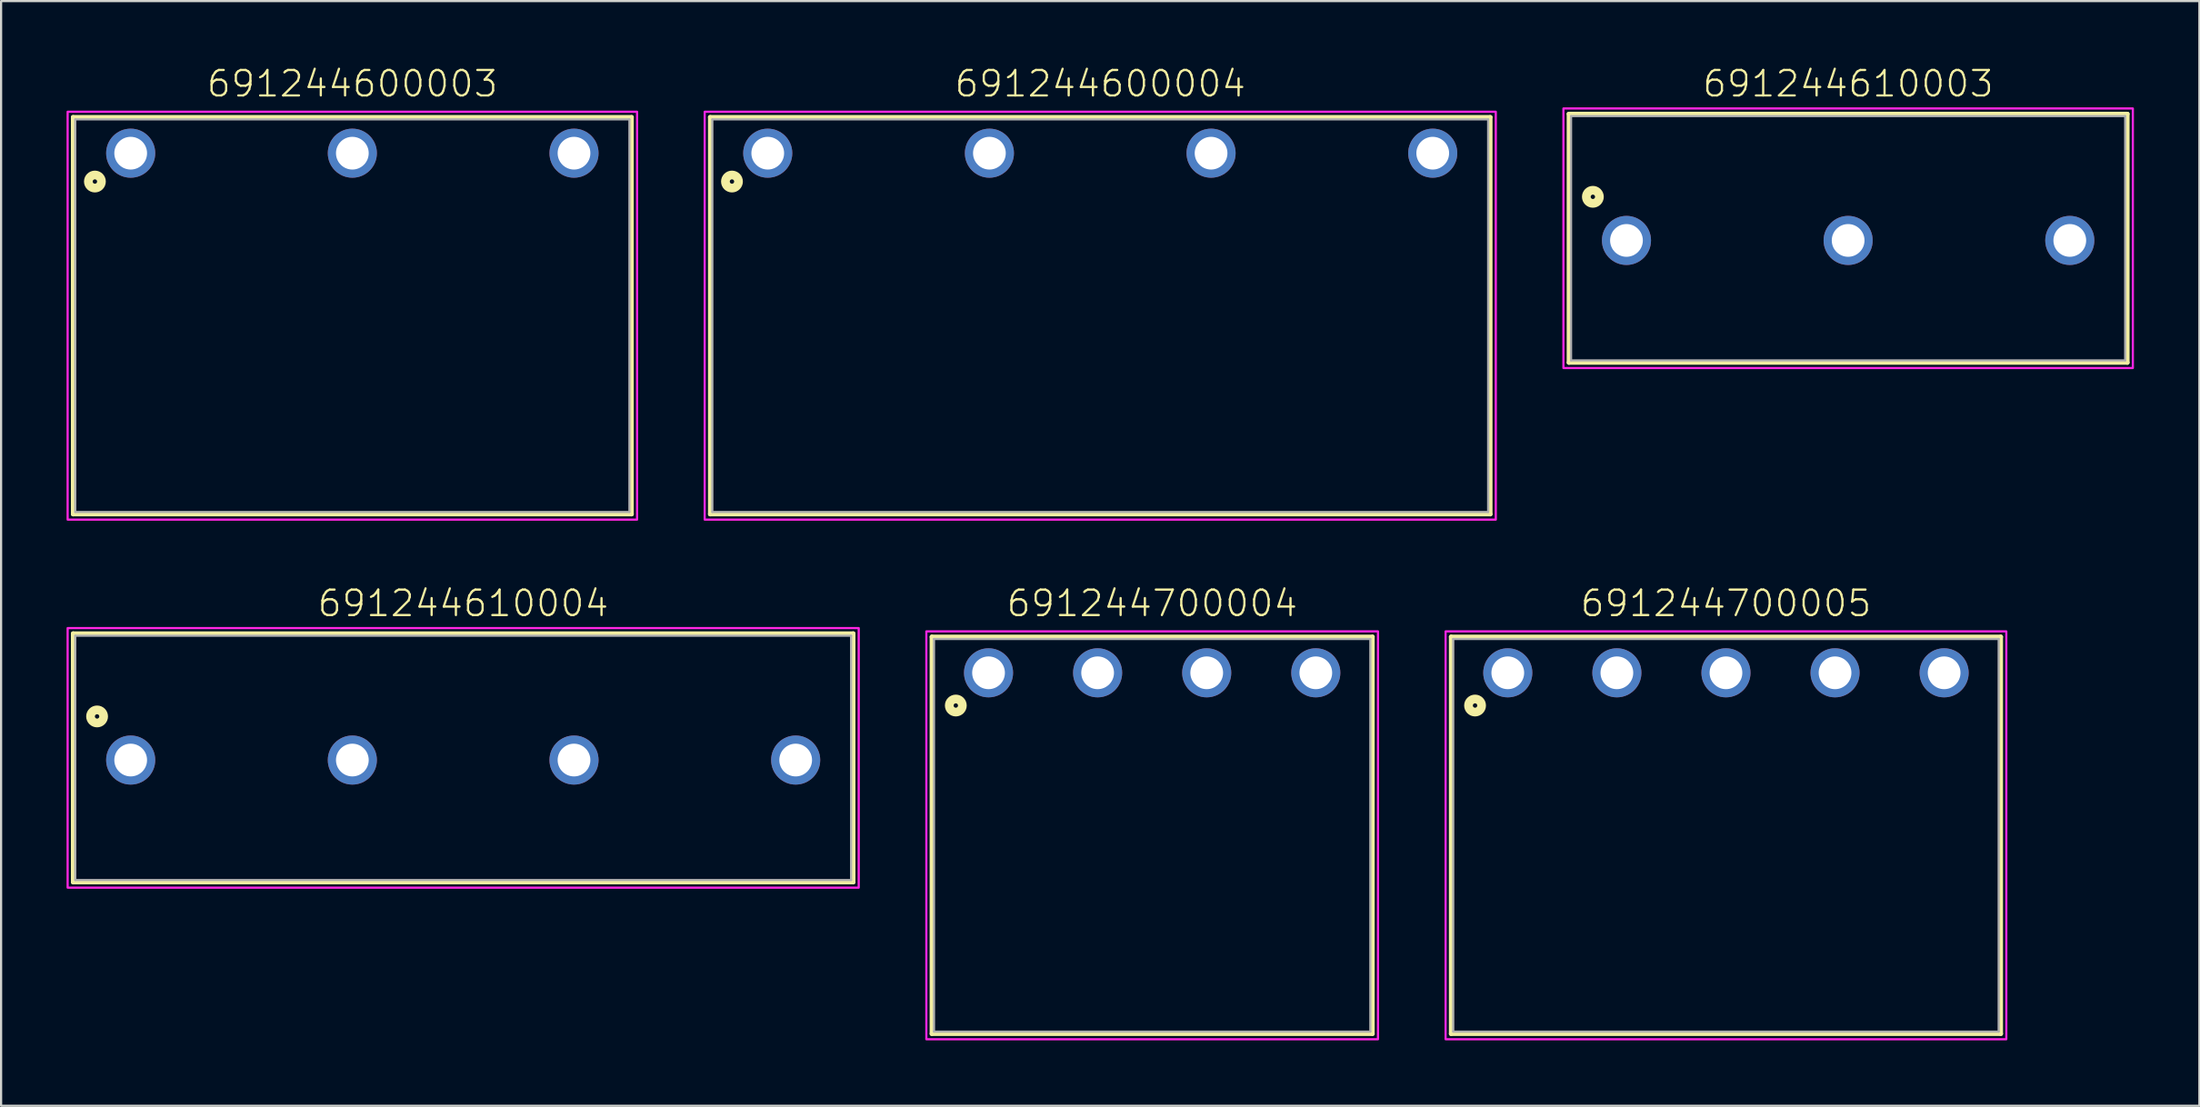
<source format=kicad_pcb>
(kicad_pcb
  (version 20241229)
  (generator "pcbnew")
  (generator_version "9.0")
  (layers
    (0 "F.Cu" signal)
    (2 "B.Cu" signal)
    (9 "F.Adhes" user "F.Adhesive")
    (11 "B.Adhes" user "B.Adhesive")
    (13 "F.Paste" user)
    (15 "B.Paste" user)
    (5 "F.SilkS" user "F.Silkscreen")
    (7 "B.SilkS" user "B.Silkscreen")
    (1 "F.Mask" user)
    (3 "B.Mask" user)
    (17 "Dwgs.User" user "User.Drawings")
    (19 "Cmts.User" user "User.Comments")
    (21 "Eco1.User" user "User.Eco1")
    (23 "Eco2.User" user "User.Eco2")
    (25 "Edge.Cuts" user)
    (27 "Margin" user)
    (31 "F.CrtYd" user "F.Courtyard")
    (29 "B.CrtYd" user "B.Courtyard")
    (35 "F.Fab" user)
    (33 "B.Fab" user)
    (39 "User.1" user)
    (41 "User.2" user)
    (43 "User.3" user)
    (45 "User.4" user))
  (footprint "691244600004"
    (layer "F.Cu")
    (at 47.38 3.973)
    (property "Reference" "691244600004" (at 0 -2.5 0) (unlocked yes) (layer "F.SilkS") (effects (font (size 1.168 1.168) (thickness 0.102)) (justify bottom)))
    (fp_line (start -17.88 -1.65) (end 17.88 -1.65) (stroke (width 0.2) (type solid)) (layer "F.SilkS"))
    (fp_line (start -17.88 16.55) (end -17.88 -1.65) (stroke (width 0.2) (type solid)) (layer "F.SilkS"))
    (fp_line (start 17.88 -1.65) (end 17.88 16.55) (stroke (width 0.2) (type solid)) (layer "F.SilkS"))
    (fp_line (start 17.88 16.55) (end -17.88 16.55) (stroke (width 0.2) (type solid)) (layer "F.SilkS"))
    (fp_circle (center -16.88 1.3) (end -16.78 1.3) (stroke (width 0.4) (type solid)) (fill no) (layer "F.SilkS"))
    (fp_poly (pts (xy 18.13 16.8) (xy -18.13 16.8) (xy -18.13 -1.9) (xy 18.13 -1.9)) (stroke (width 0.1) (type default)) (fill no) (layer "F.CrtYd"))
    (fp_line (start -17.78 16.45) (end -17.78 -1.55) (stroke (width 0.1) (type solid)) (layer "F.Fab"))
    (fp_line (start 17.78 -1.55) (end -17.78 -1.55) (stroke (width 0.1) (type solid)) (layer "F.Fab"))
    (fp_line (start 17.78 16.45) (end -17.78 16.45) (stroke (width 0.1) (type solid)) (layer "F.Fab"))
    (fp_line (start 17.78 16.45) (end 17.78 -1.55) (stroke (width 0.1) (type solid)) (layer "F.Fab"))
    (pad "1" thru_hole circle (at -5.08 0 180) (size 2.25 2.25) (drill 1.5) (layers "*.Cu" "*.Mask"))
    (pad "2" thru_hole circle (at 5.08 0 180) (size 2.25 2.25) (drill 1.5) (layers "*.Cu" "*.Mask"))
    (pad "3" thru_hole circle (at 15.24 0 180) (size 2.25 2.25) (drill 1.5) (layers "*.Cu" "*.Mask"))
    (pad "4" thru_hole circle (at -15.24 0 180) (size 2.25 2.25) (drill 1.5) (layers "*.Cu" "*.Mask")))
  (footprint "691244610004"
    (layer "F.Cu")
    (at 18.18 31.796)
    (property "Reference" "691244610004" (at 0 -6.5 0) (unlocked yes) (layer "F.SilkS") (effects (font (size 1.168 1.168) (thickness 0.102)) (justify bottom)))
    (fp_line (start -17.88 -5.8) (end 17.88 -5.8) (stroke (width 0.2) (type solid)) (layer "F.SilkS"))
    (fp_line (start -17.88 5.6) (end -17.88 -5.8) (stroke (width 0.2) (type solid)) (layer "F.SilkS"))
    (fp_line (start 17.88 -5.8) (end 17.88 5.6) (stroke (width 0.2) (type solid)) (layer "F.SilkS"))
    (fp_line (start 17.88 5.6) (end -17.88 5.6) (stroke (width 0.2) (type solid)) (layer "F.SilkS"))
    (fp_circle (center -16.78 -2) (end -16.68 -2) (stroke (width 0.4) (type solid)) (fill no) (layer "F.SilkS"))
    (fp_poly (pts (xy 18.13 5.85) (xy -18.13 5.85) (xy -18.13 -6.05) (xy 18.13 -6.05)) (stroke (width 0.1) (type default)) (fill no) (layer "F.CrtYd"))
    (fp_line (start -17.78 -5.7) (end -17.78 5.5) (stroke (width 0.1) (type solid)) (layer "F.Fab"))
    (fp_line (start -17.78 -5.7) (end 17.78 -5.7) (stroke (width 0.1) (type solid)) (layer "F.Fab"))
    (fp_line (start 17.78 -5.7) (end 17.78 5.5) (stroke (width 0.1) (type solid)) (layer "F.Fab"))
    (fp_line (start 17.78 5.5) (end -17.78 5.5) (stroke (width 0.1) (type solid)) (layer "F.Fab"))
    (pad "1" thru_hole circle (at -15.24 0) (size 2.25 2.25) (drill 1.5) (layers "*.Cu" "*.Mask"))
    (pad "2" thru_hole circle (at -5.08 0) (size 2.25 2.25) (drill 1.5) (layers "*.Cu" "*.Mask"))
    (pad "3" thru_hole circle (at 5.08 0) (size 2.25 2.25) (drill 1.5) (layers "*.Cu" "*.Mask"))
    (pad "4" thru_hole circle (at 15.24 0) (size 2.25 2.25) (drill 1.5) (layers "*.Cu" "*.Mask")))
  (footprint "691244700005"
    (layer "F.Cu")
    (at 76.06 27.796)
    (property "Reference" "691244700005" (at 0 -2.5 0) (unlocked yes) (layer "F.SilkS") (effects (font (size 1.168 1.168) (thickness 0.102)) (justify bottom)))
    (fp_line (start -12.6 -1.65) (end 12.6 -1.65) (stroke (width 0.2) (type solid)) (layer "F.SilkS"))
    (fp_line (start -12.6 16.55) (end -12.6 -1.65) (stroke (width 0.2) (type solid)) (layer "F.SilkS"))
    (fp_line (start 12.6 -1.65) (end 12.6 16.55) (stroke (width 0.2) (type solid)) (layer "F.SilkS"))
    (fp_line (start 12.6 16.55) (end -12.6 16.55) (stroke (width 0.2) (type solid)) (layer "F.SilkS"))
    (fp_circle (center -11.5 1.5) (end -11.4 1.5) (stroke (width 0.4) (type solid)) (fill no) (layer "F.SilkS"))
    (fp_poly (pts (xy 12.85 16.8) (xy -12.85 16.8) (xy -12.85 -1.9) (xy 12.85 -1.9)) (stroke (width 0.1) (type default)) (fill no) (layer "F.CrtYd"))
    (fp_line (start -12.5 16.45) (end -12.5 -1.55) (stroke (width 0.1) (type solid)) (layer "F.Fab"))
    (fp_line (start 12.5 -1.55) (end -12.5 -1.55) (stroke (width 0.1) (type solid)) (layer "F.Fab"))
    (fp_line (start 12.5 16.45) (end -12.5 16.45) (stroke (width 0.1) (type solid)) (layer "F.Fab"))
    (fp_line (start 12.5 16.45) (end 12.5 -1.55) (stroke (width 0.1) (type solid)) (layer "F.Fab"))
    (pad "1" thru_hole circle (at -10 0 180) (size 2.25 2.25) (drill 1.5) (layers "*.Cu" "*.Mask"))
    (pad "2" thru_hole circle (at -5 0 180) (size 2.25 2.25) (drill 1.5) (layers "*.Cu" "*.Mask"))
    (pad "3" thru_hole circle (at 0 0 180) (size 2.25 2.25) (drill 1.5) (layers "*.Cu" "*.Mask"))
    (pad "4" thru_hole circle (at 5 0 180) (size 2.25 2.25) (drill 1.5) (layers "*.Cu" "*.Mask"))
    (pad "5" thru_hole circle (at 10 0 180) (size 2.25 2.25) (drill 1.5) (layers "*.Cu" "*.Mask")))
  (footprint "691244700004"
    (layer "F.Cu")
    (at 49.76 27.796)
    (property "Reference" "691244700004" (at 0 -2.5 0) (unlocked yes) (layer "F.SilkS") (effects (font (size 1.168 1.168) (thickness 0.102)) (justify bottom)))
    (fp_line (start -10.1 -1.65) (end 10.1 -1.65) (stroke (width 0.2) (type solid)) (layer "F.SilkS"))
    (fp_line (start -10.1 16.55) (end -10.1 -1.65) (stroke (width 0.2) (type solid)) (layer "F.SilkS"))
    (fp_line (start 10.1 -1.65) (end 10.1 16.55) (stroke (width 0.2) (type solid)) (layer "F.SilkS"))
    (fp_line (start 10.1 16.55) (end -10.1 16.55) (stroke (width 0.2) (type solid)) (layer "F.SilkS"))
    (fp_circle (center -9 1.5) (end -8.9 1.5) (stroke (width 0.4) (type solid)) (fill no) (layer "F.SilkS"))
    (fp_poly (pts (xy 10.35 16.8) (xy -10.35 16.8) (xy -10.35 -1.9) (xy 10.35 -1.9)) (stroke (width 0.1) (type default)) (fill no) (layer "F.CrtYd"))
    (fp_line (start -10 16.45) (end -10 -1.55) (stroke (width 0.1) (type solid)) (layer "F.Fab"))
    (fp_line (start 10 -1.55) (end -10 -1.55) (stroke (width 0.1) (type solid)) (layer "F.Fab"))
    (fp_line (start 10 16.45) (end -10 16.45) (stroke (width 0.1) (type solid)) (layer "F.Fab"))
    (fp_line (start 10 16.45) (end 10 -1.55) (stroke (width 0.1) (type solid)) (layer "F.Fab"))
    (pad "1" thru_hole circle (at -7.5 0 180) (size 2.25 2.25) (drill 1.5) (layers "*.Cu" "*.Mask"))
    (pad "2" thru_hole circle (at -2.5 0 180) (size 2.25 2.25) (drill 1.5) (layers "*.Cu" "*.Mask"))
    (pad "3" thru_hole circle (at 2.5 0 180) (size 2.25 2.25) (drill 1.5) (layers "*.Cu" "*.Mask"))
    (pad "4" thru_hole circle (at 7.5 0 180) (size 2.25 2.25) (drill 1.5) (layers "*.Cu" "*.Mask")))
  (footprint "691244600003"
    (layer "F.Cu")
    (at 13.1 3.973)
    (property "Reference" "691244600003" (at 0 -2.5 0) (unlocked yes) (layer "F.SilkS") (effects (font (size 1.168 1.168) (thickness 0.102)) (justify bottom)))
    (fp_line (start -12.8 -1.65) (end 12.8 -1.65) (stroke (width 0.2) (type solid)) (layer "F.SilkS"))
    (fp_line (start -12.8 16.55) (end -12.8 -1.65) (stroke (width 0.2) (type solid)) (layer "F.SilkS"))
    (fp_line (start 12.8 -1.65) (end 12.8 16.55) (stroke (width 0.2) (type solid)) (layer "F.SilkS"))
    (fp_line (start 12.8 16.55) (end -12.8 16.55) (stroke (width 0.2) (type solid)) (layer "F.SilkS"))
    (fp_circle (center -11.8 1.3) (end -11.7 1.3) (stroke (width 0.4) (type solid)) (fill no) (layer "F.SilkS"))
    (fp_poly (pts (xy 13.05 16.8) (xy -13.05 16.8) (xy -13.05 -1.9) (xy 13.05 -1.9)) (stroke (width 0.1) (type default)) (fill no) (layer "F.CrtYd"))
    (fp_line (start -12.7 16.45) (end -12.7 -1.55) (stroke (width 0.1) (type solid)) (layer "F.Fab"))
    (fp_line (start 12.7 -1.55) (end -12.7 -1.55) (stroke (width 0.1) (type solid)) (layer "F.Fab"))
    (fp_line (start 12.7 16.45) (end -12.7 16.45) (stroke (width 0.1) (type solid)) (layer "F.Fab"))
    (fp_line (start 12.7 16.45) (end 12.7 -1.55) (stroke (width 0.1) (type solid)) (layer "F.Fab"))
    (pad "1" thru_hole circle (at -10.16 0 180) (size 2.25 2.25) (drill 1.5) (layers "*.Cu" "*.Mask"))
    (pad "2" thru_hole circle (at 0 0 180) (size 2.25 2.25) (drill 1.5) (layers "*.Cu" "*.Mask"))
    (pad "3" thru_hole circle (at 10.16 0 180) (size 2.25 2.25) (drill 1.5) (layers "*.Cu" "*.Mask")))
  (footprint "691244610003"
    (layer "F.Cu")
    (at 81.66 7.973)
    (property "Reference" "691244610003" (at 0 -6.5 0) (unlocked yes) (layer "F.SilkS") (effects (font (size 1.168 1.168) (thickness 0.102)) (justify bottom)))
    (fp_line (start -12.8 -5.8) (end 12.8 -5.8) (stroke (width 0.2) (type solid)) (layer "F.SilkS"))
    (fp_line (start -12.8 5.6) (end -12.8 -5.8) (stroke (width 0.2) (type solid)) (layer "F.SilkS"))
    (fp_line (start 12.8 -5.8) (end 12.8 5.6) (stroke (width 0.2) (type solid)) (layer "F.SilkS"))
    (fp_line (start 12.8 5.6) (end -12.8 5.6) (stroke (width 0.2) (type solid)) (layer "F.SilkS"))
    (fp_circle (center -11.7 -2) (end -11.6 -2) (stroke (width 0.4) (type solid)) (fill no) (layer "F.SilkS"))
    (fp_poly (pts (xy 13.05 5.85) (xy -13.05 5.85) (xy -13.05 -6.05) (xy 13.05 -6.05)) (stroke (width 0.1) (type default)) (fill no) (layer "F.CrtYd"))
    (fp_line (start -12.7 -5.7) (end -12.7 5.5) (stroke (width 0.1) (type solid)) (layer "F.Fab"))
    (fp_line (start -12.7 -5.7) (end 12.7 -5.7) (stroke (width 0.1) (type solid)) (layer "F.Fab"))
    (fp_line (start 12.7 -5.7) (end 12.7 5.5) (stroke (width 0.1) (type solid)) (layer "F.Fab"))
    (fp_line (start 12.7 5.5) (end -12.7 5.5) (stroke (width 0.1) (type solid)) (layer "F.Fab"))
    (pad "1" thru_hole circle (at -10.16 0) (size 2.25 2.25) (drill 1.5) (layers "*.Cu" "*.Mask"))
    (pad "2" thru_hole circle (at 0 0) (size 2.25 2.25) (drill 1.5) (layers "*.Cu" "*.Mask"))
    (pad "3" thru_hole circle (at 10.16 0) (size 2.25 2.25) (drill 1.5) (layers "*.Cu" "*.Mask")))
  (gr_rect
    (start -3 -3)
    (end 97.76 47.646)
    (stroke (width 0.1) (type default))
    (fill no)
    (layer "Edge.Cuts")))
</source>
